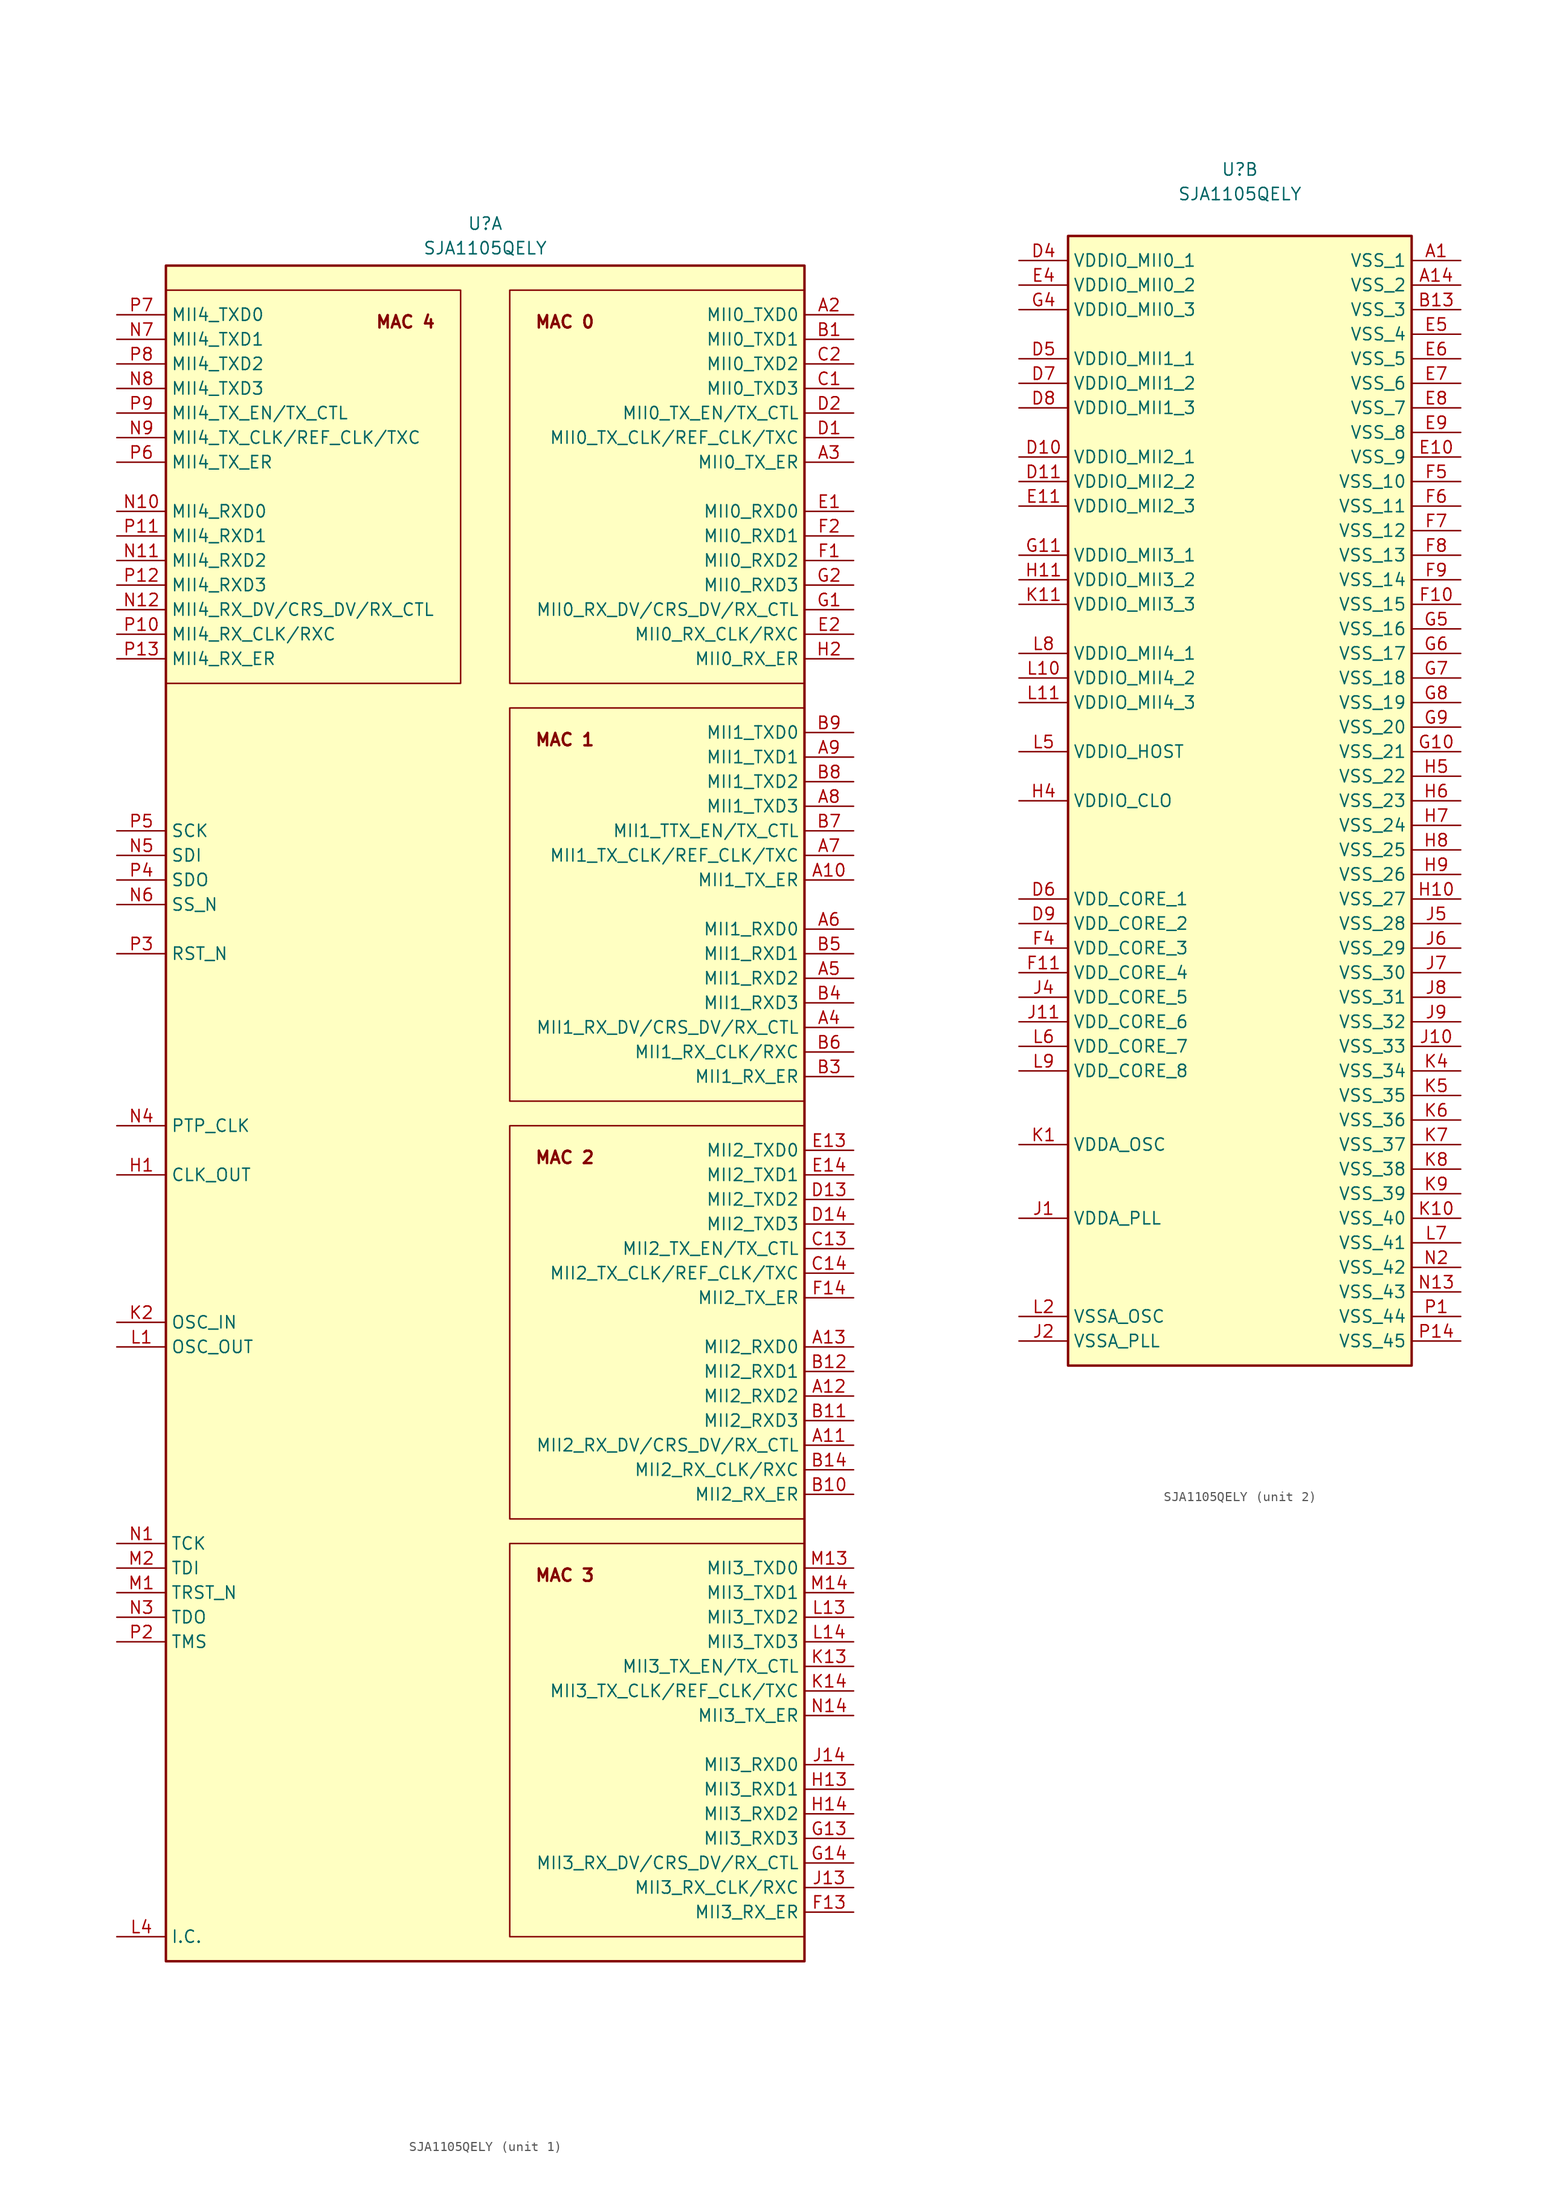
<source format=kicad_sym>
(kicad_symbol_lib
  (version 20231120)
  (generator "kicad_symbol_editor")
  (generator_version "8.0")
  (symbol "SJA1105QELY"
    (property "Reference" "U"
      (at 0 5.08 0)
      (effects (font (size 1.27 1.27)) (justify top)))
    (property "Value" "SJA1105QELY"
      (at 0 2.54 0)
      (effects (font (size 1.27 1.27)) (justify top)))
    (property "ki_locked" ""
      (at 0 0 0)
      (effects (font (size 1.27 1.27))))
    (symbol "SJA1105QELY_1_1"
      (rectangle (start -33.02 -2.54) (end -2.54 -43.18) (stroke (width 0) (type default)) (fill (type none)))
      (rectangle (start -33.02 0) (end 33.02 -175.26) (stroke (width 0.254) (type default)) (fill (type background)))
      (rectangle (start 2.54 -132.08) (end 33.02 -172.72) (stroke (width 0) (type default)) (fill (type none)))
      (rectangle (start 2.54 -88.9) (end 33.02 -129.54) (stroke (width 0) (type default)) (fill (type none)))
      (rectangle (start 2.54 -45.72) (end 33.02 -86.36) (stroke (width 0) (type default)) (fill (type none)))
      (rectangle (start 2.54 -2.54) (end 33.02 -43.18) (stroke (width 0) (type default)) (fill (type none)))
      (text "MAC 0" (at 5.08 -5.08 0) (effects (font (size 1.27 1.27) (bold yes)) (justify left top)))
      (text "MAC 1" (at 5.08 -48.26 0) (effects (font (size 1.27 1.27) (bold yes)) (justify left top)))
      (text "MAC 2" (at 5.08 -91.44 0) (effects (font (size 1.27 1.27) (bold yes)) (justify left top)))
      (text "MAC 3" (at 5.08 -134.62 0) (effects (font (size 1.27 1.27) (bold yes)) (justify left top)))
      (text "MAC 4" (at -5.08 -5.08 0) (effects (font (size 1.27 1.27) (bold yes)) (justify right top)))
      (pin passive line (at 38.1 -63.5 180) (length 5.08) (name "MII1_TX_ER" (effects (font (size 1.27 1.27)))) (number "A10" (effects (font (size 1.27 1.27)))))
      (pin passive line (at 38.1 -121.92 180) (length 5.08) (name "MII2_RX_DV/CRS_DV/RX_CTL" (effects (font (size 1.27 1.27)))) (number "A11" (effects (font (size 1.27 1.27)))))
      (pin passive line (at 38.1 -116.84 180) (length 5.08) (name "MII2_RXD2" (effects (font (size 1.27 1.27)))) (number "A12" (effects (font (size 1.27 1.27)))))
      (pin passive line (at 38.1 -111.76 180) (length 5.08) (name "MII2_RXD0" (effects (font (size 1.27 1.27)))) (number "A13" (effects (font (size 1.27 1.27)))))
      (pin passive line (at 38.1 -5.08 180) (length 5.08) (name "MII0_TXD0" (effects (font (size 1.27 1.27)))) (number "A2" (effects (font (size 1.27 1.27)))))
      (pin passive line (at 38.1 -20.32 180) (length 5.08) (name "MII0_TX_ER" (effects (font (size 1.27 1.27)))) (number "A3" (effects (font (size 1.27 1.27)))))
      (pin passive line (at 38.1 -78.74 180) (length 5.08) (name "MII1_RX_DV/CRS_DV/RX_CTL" (effects (font (size 1.27 1.27)))) (number "A4" (effects (font (size 1.27 1.27)))))
      (pin passive line (at 38.1 -73.66 180) (length 5.08) (name "MII1_RXD2" (effects (font (size 1.27 1.27)))) (number "A5" (effects (font (size 1.27 1.27)))))
      (pin passive line (at 38.1 -68.58 180) (length 5.08) (name "MII1_RXD0" (effects (font (size 1.27 1.27)))) (number "A6" (effects (font (size 1.27 1.27)))))
      (pin passive line (at 38.1 -60.96 180) (length 5.08) (name "MII1_TX_CLK/REF_CLK/TXC" (effects (font (size 1.27 1.27)))) (number "A7" (effects (font (size 1.27 1.27)))))
      (pin passive line (at 38.1 -55.88 180) (length 5.08) (name "MII1_TXD3" (effects (font (size 1.27 1.27)))) (number "A8" (effects (font (size 1.27 1.27)))))
      (pin passive line (at 38.1 -50.8 180) (length 5.08) (name "MII1_TXD1" (effects (font (size 1.27 1.27)))) (number "A9" (effects (font (size 1.27 1.27)))))
      (pin passive line (at 38.1 -7.62 180) (length 5.08) (name "MII0_TXD1" (effects (font (size 1.27 1.27)))) (number "B1" (effects (font (size 1.27 1.27)))))
      (pin passive line (at 38.1 -127 180) (length 5.08) (name "MII2_RX_ER" (effects (font (size 1.27 1.27)))) (number "B10" (effects (font (size 1.27 1.27)))))
      (pin passive line (at 38.1 -119.38 180) (length 5.08) (name "MII2_RXD3" (effects (font (size 1.27 1.27)))) (number "B11" (effects (font (size 1.27 1.27)))))
      (pin passive line (at 38.1 -114.3 180) (length 5.08) (name "MII2_RXD1" (effects (font (size 1.27 1.27)))) (number "B12" (effects (font (size 1.27 1.27)))))
      (pin passive line (at 38.1 -124.46 180) (length 5.08) (name "MII2_RX_CLK/RXC" (effects (font (size 1.27 1.27)))) (number "B14" (effects (font (size 1.27 1.27)))))
      (pin passive line (at 38.1 -83.82 180) (length 5.08) (name "MII1_RX_ER" (effects (font (size 1.27 1.27)))) (number "B3" (effects (font (size 1.27 1.27)))))
      (pin passive line (at 38.1 -76.2 180) (length 5.08) (name "MII1_RXD3" (effects (font (size 1.27 1.27)))) (number "B4" (effects (font (size 1.27 1.27)))))
      (pin passive line (at 38.1 -71.12 180) (length 5.08) (name "MII1_RXD1" (effects (font (size 1.27 1.27)))) (number "B5" (effects (font (size 1.27 1.27)))))
      (pin passive line (at 38.1 -81.28 180) (length 5.08) (name "MII1_RX_CLK/RXC" (effects (font (size 1.27 1.27)))) (number "B6" (effects (font (size 1.27 1.27)))))
      (pin passive line (at 38.1 -58.42 180) (length 5.08) (name "MII1_TTX_EN/TX_CTL" (effects (font (size 1.27 1.27)))) (number "B7" (effects (font (size 1.27 1.27)))))
      (pin passive line (at 38.1 -53.34 180) (length 5.08) (name "MII1_TXD2" (effects (font (size 1.27 1.27)))) (number "B8" (effects (font (size 1.27 1.27)))))
      (pin passive line (at 38.1 -48.26 180) (length 5.08) (name "MII1_TXD0" (effects (font (size 1.27 1.27)))) (number "B9" (effects (font (size 1.27 1.27)))))
      (pin passive line (at 38.1 -12.7 180) (length 5.08) (name "MII0_TXD3" (effects (font (size 1.27 1.27)))) (number "C1" (effects (font (size 1.27 1.27)))))
      (pin passive line (at 38.1 -101.6 180) (length 5.08) (name "MII2_TX_EN/TX_CTL" (effects (font (size 1.27 1.27)))) (number "C13" (effects (font (size 1.27 1.27)))))
      (pin passive line (at 38.1 -104.14 180) (length 5.08) (name "MII2_TX_CLK/REF_CLK/TXC" (effects (font (size 1.27 1.27)))) (number "C14" (effects (font (size 1.27 1.27)))))
      (pin passive line (at 38.1 -10.16 180) (length 5.08) (name "MII0_TXD2" (effects (font (size 1.27 1.27)))) (number "C2" (effects (font (size 1.27 1.27)))))
      (pin passive line (at 38.1 -17.78 180) (length 5.08) (name "MII0_TX_CLK/REF_CLK/TXC" (effects (font (size 1.27 1.27)))) (number "D1" (effects (font (size 1.27 1.27)))))
      (pin passive line (at 38.1 -96.52 180) (length 5.08) (name "MII2_TXD2" (effects (font (size 1.27 1.27)))) (number "D13" (effects (font (size 1.27 1.27)))))
      (pin passive line (at 38.1 -99.06 180) (length 5.08) (name "MII2_TXD3" (effects (font (size 1.27 1.27)))) (number "D14" (effects (font (size 1.27 1.27)))))
      (pin passive line (at 38.1 -15.24 180) (length 5.08) (name "MII0_TX_EN/TX_CTL" (effects (font (size 1.27 1.27)))) (number "D2" (effects (font (size 1.27 1.27)))))
      (pin passive line (at 38.1 -25.4 180) (length 5.08) (name "MII0_RXD0" (effects (font (size 1.27 1.27)))) (number "E1" (effects (font (size 1.27 1.27)))))
      (pin passive line (at 38.1 -91.44 180) (length 5.08) (name "MII2_TXD0" (effects (font (size 1.27 1.27)))) (number "E13" (effects (font (size 1.27 1.27)))))
      (pin passive line (at 38.1 -93.98 180) (length 5.08) (name "MII2_TXD1" (effects (font (size 1.27 1.27)))) (number "E14" (effects (font (size 1.27 1.27)))))
      (pin passive line (at 38.1 -38.1 180) (length 5.08) (name "MII0_RX_CLK/RXC" (effects (font (size 1.27 1.27)))) (number "E2" (effects (font (size 1.27 1.27)))))
      (pin passive line (at 38.1 -30.48 180) (length 5.08) (name "MII0_RXD2" (effects (font (size 1.27 1.27)))) (number "F1" (effects (font (size 1.27 1.27)))))
      (pin passive line (at 38.1 -170.18 180) (length 5.08) (name "MII3_RX_ER" (effects (font (size 1.27 1.27)))) (number "F13" (effects (font (size 1.27 1.27)))))
      (pin passive line (at 38.1 -106.68 180) (length 5.08) (name "MII2_TX_ER" (effects (font (size 1.27 1.27)))) (number "F14" (effects (font (size 1.27 1.27)))))
      (pin passive line (at 38.1 -27.94 180) (length 5.08) (name "MII0_RXD1" (effects (font (size 1.27 1.27)))) (number "F2" (effects (font (size 1.27 1.27)))))
      (pin passive line (at 38.1 -35.56 180) (length 5.08) (name "MII0_RX_DV/CRS_DV/RX_CTL" (effects (font (size 1.27 1.27)))) (number "G1" (effects (font (size 1.27 1.27)))))
      (pin passive line (at 38.1 -162.56 180) (length 5.08) (name "MII3_RXD3" (effects (font (size 1.27 1.27)))) (number "G13" (effects (font (size 1.27 1.27)))))
      (pin passive line (at 38.1 -165.1 180) (length 5.08) (name "MII3_RX_DV/CRS_DV/RX_CTL" (effects (font (size 1.27 1.27)))) (number "G14" (effects (font (size 1.27 1.27)))))
      (pin passive line (at 38.1 -33.02 180) (length 5.08) (name "MII0_RXD3" (effects (font (size 1.27 1.27)))) (number "G2" (effects (font (size 1.27 1.27)))))
      (pin passive line (at -38.1 -93.98 0) (length 5.08) (name "CLK_OUT" (effects (font (size 1.27 1.27)))) (number "H1" (effects (font (size 1.27 1.27)))))
      (pin passive line (at 38.1 -157.48 180) (length 5.08) (name "MII3_RXD1" (effects (font (size 1.27 1.27)))) (number "H13" (effects (font (size 1.27 1.27)))))
      (pin passive line (at 38.1 -160.02 180) (length 5.08) (name "MII3_RXD2" (effects (font (size 1.27 1.27)))) (number "H14" (effects (font (size 1.27 1.27)))))
      (pin passive line (at 38.1 -40.64 180) (length 5.08) (name "MII0_RX_ER" (effects (font (size 1.27 1.27)))) (number "H2" (effects (font (size 1.27 1.27)))))
      (pin passive line (at 38.1 -167.64 180) (length 5.08) (name "MII3_RX_CLK/RXC" (effects (font (size 1.27 1.27)))) (number "J13" (effects (font (size 1.27 1.27)))))
      (pin passive line (at 38.1 -154.94 180) (length 5.08) (name "MII3_RXD0" (effects (font (size 1.27 1.27)))) (number "J14" (effects (font (size 1.27 1.27)))))
      (pin passive line (at 38.1 -144.78 180) (length 5.08) (name "MII3_TX_EN/TX_CTL" (effects (font (size 1.27 1.27)))) (number "K13" (effects (font (size 1.27 1.27)))))
      (pin passive line (at 38.1 -147.32 180) (length 5.08) (name "MII3_TX_CLK/REF_CLK/TXC" (effects (font (size 1.27 1.27)))) (number "K14" (effects (font (size 1.27 1.27)))))
      (pin passive line (at -38.1 -109.22 0) (length 5.08) (name "OSC_IN" (effects (font (size 1.27 1.27)))) (number "K2" (effects (font (size 1.27 1.27)))))
      (pin passive line (at -38.1 -111.76 0) (length 5.08) (name "OSC_OUT" (effects (font (size 1.27 1.27)))) (number "L1" (effects (font (size 1.27 1.27)))))
      (pin passive line (at 38.1 -139.7 180) (length 5.08) (name "MII3_TXD2" (effects (font (size 1.27 1.27)))) (number "L13" (effects (font (size 1.27 1.27)))))
      (pin passive line (at 38.1 -142.24 180) (length 5.08) (name "MII3_TXD3" (effects (font (size 1.27 1.27)))) (number "L14" (effects (font (size 1.27 1.27)))))
      (pin passive line (at -38.1 -172.72 0) (length 5.08) (name "I.C." (effects (font (size 1.27 1.27)))) (number "L4" (effects (font (size 1.27 1.27)))))
      (pin passive line (at -38.1 -137.16 0) (length 5.08) (name "TRST_N" (effects (font (size 1.27 1.27)))) (number "M1" (effects (font (size 1.27 1.27)))))
      (pin passive line (at 38.1 -134.62 180) (length 5.08) (name "MII3_TXD0" (effects (font (size 1.27 1.27)))) (number "M13" (effects (font (size 1.27 1.27)))))
      (pin passive line (at 38.1 -137.16 180) (length 5.08) (name "MII3_TXD1" (effects (font (size 1.27 1.27)))) (number "M14" (effects (font (size 1.27 1.27)))))
      (pin passive line (at -38.1 -134.62 0) (length 5.08) (name "TDI" (effects (font (size 1.27 1.27)))) (number "M2" (effects (font (size 1.27 1.27)))))
      (pin passive line (at -38.1 -132.08 0) (length 5.08) (name "TCK" (effects (font (size 1.27 1.27)))) (number "N1" (effects (font (size 1.27 1.27)))))
      (pin passive line (at -38.1 -25.4 0) (length 5.08) (name "MII4_RXD0" (effects (font (size 1.27 1.27)))) (number "N10" (effects (font (size 1.27 1.27)))))
      (pin passive line (at -38.1 -30.48 0) (length 5.08) (name "MII4_RXD2" (effects (font (size 1.27 1.27)))) (number "N11" (effects (font (size 1.27 1.27)))))
      (pin passive line (at -38.1 -35.56 0) (length 5.08) (name "MII4_RX_DV/CRS_DV/RX_CTL" (effects (font (size 1.27 1.27)))) (number "N12" (effects (font (size 1.27 1.27)))))
      (pin passive line (at 38.1 -149.86 180) (length 5.08) (name "MII3_TX_ER" (effects (font (size 1.27 1.27)))) (number "N14" (effects (font (size 1.27 1.27)))))
      (pin passive line (at -38.1 -139.7 0) (length 5.08) (name "TDO" (effects (font (size 1.27 1.27)))) (number "N3" (effects (font (size 1.27 1.27)))))
      (pin passive line (at -38.1 -88.9 0) (length 5.08) (name "PTP_CLK" (effects (font (size 1.27 1.27)))) (number "N4" (effects (font (size 1.27 1.27)))))
      (pin passive line (at -38.1 -60.96 0) (length 5.08) (name "SDI" (effects (font (size 1.27 1.27)))) (number "N5" (effects (font (size 1.27 1.27)))))
      (pin passive line (at -38.1 -66.04 0) (length 5.08) (name "SS_N" (effects (font (size 1.27 1.27)))) (number "N6" (effects (font (size 1.27 1.27)))))
      (pin passive line (at -38.1 -7.62 0) (length 5.08) (name "MII4_TXD1" (effects (font (size 1.27 1.27)))) (number "N7" (effects (font (size 1.27 1.27)))))
      (pin passive line (at -38.1 -12.7 0) (length 5.08) (name "MII4_TXD3" (effects (font (size 1.27 1.27)))) (number "N8" (effects (font (size 1.27 1.27)))))
      (pin passive line (at -38.1 -17.78 0) (length 5.08) (name "MII4_TX_CLK/REF_CLK/TXC" (effects (font (size 1.27 1.27)))) (number "N9" (effects (font (size 1.27 1.27)))))
      (pin passive line (at -38.1 -38.1 0) (length 5.08) (name "MII4_RX_CLK/RXC" (effects (font (size 1.27 1.27)))) (number "P10" (effects (font (size 1.27 1.27)))))
      (pin passive line (at -38.1 -27.94 0) (length 5.08) (name "MII4_RXD1" (effects (font (size 1.27 1.27)))) (number "P11" (effects (font (size 1.27 1.27)))))
      (pin passive line (at -38.1 -33.02 0) (length 5.08) (name "MII4_RXD3" (effects (font (size 1.27 1.27)))) (number "P12" (effects (font (size 1.27 1.27)))))
      (pin passive line (at -38.1 -40.64 0) (length 5.08) (name "MII4_RX_ER" (effects (font (size 1.27 1.27)))) (number "P13" (effects (font (size 1.27 1.27)))))
      (pin passive line (at -38.1 -142.24 0) (length 5.08) (name "TMS" (effects (font (size 1.27 1.27)))) (number "P2" (effects (font (size 1.27 1.27)))))
      (pin passive line (at -38.1 -71.12 0) (length 5.08) (name "RST_N" (effects (font (size 1.27 1.27)))) (number "P3" (effects (font (size 1.27 1.27)))))
      (pin passive line (at -38.1 -63.5 0) (length 5.08) (name "SDO" (effects (font (size 1.27 1.27)))) (number "P4" (effects (font (size 1.27 1.27)))))
      (pin passive line (at -38.1 -58.42 0) (length 5.08) (name "SCK" (effects (font (size 1.27 1.27)))) (number "P5" (effects (font (size 1.27 1.27)))))
      (pin passive line (at -38.1 -20.32 0) (length 5.08) (name "MII4_TX_ER" (effects (font (size 1.27 1.27)))) (number "P6" (effects (font (size 1.27 1.27)))))
      (pin passive line (at -38.1 -5.08 0) (length 5.08) (name "MII4_TXD0" (effects (font (size 1.27 1.27)))) (number "P7" (effects (font (size 1.27 1.27)))))
      (pin passive line (at -38.1 -10.16 0) (length 5.08) (name "MII4_TXD2" (effects (font (size 1.27 1.27)))) (number "P8" (effects (font (size 1.27 1.27)))))
      (pin passive line (at -38.1 -15.24 0) (length 5.08) (name "MII4_TX_EN/TX_CTL" (effects (font (size 1.27 1.27)))) (number "P9" (effects (font (size 1.27 1.27))))))
    (symbol "SJA1105QELY_2_1"
      (rectangle (start -17.78 -2.54) (end 17.78 -119.38) (stroke (width 0.254) (type default)) (fill (type background)))
      (pin passive line (at 22.86 -5.08 180) (length 5.08) (name "VSS_1" (effects (font (size 1.27 1.27)))) (number "A1" (effects (font (size 1.27 1.27)))))
      (pin passive line (at 22.86 -7.62 180) (length 5.08) (name "VSS_2" (effects (font (size 1.27 1.27)))) (number "A14" (effects (font (size 1.27 1.27)))))
      (pin passive line (at 22.86 -10.16 180) (length 5.08) (name "VSS_3" (effects (font (size 1.27 1.27)))) (number "B13" (effects (font (size 1.27 1.27)))))
      (pin passive line (at -22.86 -25.4 0) (length 5.08) (name "VDDIO_MII2_1" (effects (font (size 1.27 1.27)))) (number "D10" (effects (font (size 1.27 1.27)))))
      (pin passive line (at -22.86 -27.94 0) (length 5.08) (name "VDDIO_MII2_2" (effects (font (size 1.27 1.27)))) (number "D11" (effects (font (size 1.27 1.27)))))
      (pin passive line (at -22.86 -5.08 0) (length 5.08) (name "VDDIO_MII0_1" (effects (font (size 1.27 1.27)))) (number "D4" (effects (font (size 1.27 1.27)))))
      (pin passive line (at -22.86 -15.24 0) (length 5.08) (name "VDDIO_MII1_1" (effects (font (size 1.27 1.27)))) (number "D5" (effects (font (size 1.27 1.27)))))
      (pin passive line (at -22.86 -71.12 0) (length 5.08) (name "VDD_CORE_1" (effects (font (size 1.27 1.27)))) (number "D6" (effects (font (size 1.27 1.27)))))
      (pin passive line (at -22.86 -17.78 0) (length 5.08) (name "VDDIO_MII1_2" (effects (font (size 1.27 1.27)))) (number "D7" (effects (font (size 1.27 1.27)))))
      (pin passive line (at -22.86 -20.32 0) (length 5.08) (name "VDDIO_MII1_3" (effects (font (size 1.27 1.27)))) (number "D8" (effects (font (size 1.27 1.27)))))
      (pin passive line (at -22.86 -73.66 0) (length 5.08) (name "VDD_CORE_2" (effects (font (size 1.27 1.27)))) (number "D9" (effects (font (size 1.27 1.27)))))
      (pin passive line (at 22.86 -25.4 180) (length 5.08) (name "VSS_9" (effects (font (size 1.27 1.27)))) (number "E10" (effects (font (size 1.27 1.27)))))
      (pin passive line (at -22.86 -30.48 0) (length 5.08) (name "VDDIO_MII2_3" (effects (font (size 1.27 1.27)))) (number "E11" (effects (font (size 1.27 1.27)))))
      (pin passive line (at -22.86 -7.62 0) (length 5.08) (name "VDDIO_MII0_2" (effects (font (size 1.27 1.27)))) (number "E4" (effects (font (size 1.27 1.27)))))
      (pin passive line (at 22.86 -12.7 180) (length 5.08) (name "VSS_4" (effects (font (size 1.27 1.27)))) (number "E5" (effects (font (size 1.27 1.27)))))
      (pin passive line (at 22.86 -15.24 180) (length 5.08) (name "VSS_5" (effects (font (size 1.27 1.27)))) (number "E6" (effects (font (size 1.27 1.27)))))
      (pin passive line (at 22.86 -17.78 180) (length 5.08) (name "VSS_6" (effects (font (size 1.27 1.27)))) (number "E7" (effects (font (size 1.27 1.27)))))
      (pin passive line (at 22.86 -20.32 180) (length 5.08) (name "VSS_7" (effects (font (size 1.27 1.27)))) (number "E8" (effects (font (size 1.27 1.27)))))
      (pin passive line (at 22.86 -22.86 180) (length 5.08) (name "VSS_8" (effects (font (size 1.27 1.27)))) (number "E9" (effects (font (size 1.27 1.27)))))
      (pin passive line (at 22.86 -40.64 180) (length 5.08) (name "VSS_15" (effects (font (size 1.27 1.27)))) (number "F10" (effects (font (size 1.27 1.27)))))
      (pin passive line (at -22.86 -78.74 0) (length 5.08) (name "VDD_CORE_4" (effects (font (size 1.27 1.27)))) (number "F11" (effects (font (size 1.27 1.27)))))
      (pin passive line (at -22.86 -76.2 0) (length 5.08) (name "VDD_CORE_3" (effects (font (size 1.27 1.27)))) (number "F4" (effects (font (size 1.27 1.27)))))
      (pin passive line (at 22.86 -27.94 180) (length 5.08) (name "VSS_10" (effects (font (size 1.27 1.27)))) (number "F5" (effects (font (size 1.27 1.27)))))
      (pin passive line (at 22.86 -30.48 180) (length 5.08) (name "VSS_11" (effects (font (size 1.27 1.27)))) (number "F6" (effects (font (size 1.27 1.27)))))
      (pin passive line (at 22.86 -33.02 180) (length 5.08) (name "VSS_12" (effects (font (size 1.27 1.27)))) (number "F7" (effects (font (size 1.27 1.27)))))
      (pin passive line (at 22.86 -35.56 180) (length 5.08) (name "VSS_13" (effects (font (size 1.27 1.27)))) (number "F8" (effects (font (size 1.27 1.27)))))
      (pin passive line (at 22.86 -38.1 180) (length 5.08) (name "VSS_14" (effects (font (size 1.27 1.27)))) (number "F9" (effects (font (size 1.27 1.27)))))
      (pin passive line (at 22.86 -55.88 180) (length 5.08) (name "VSS_21" (effects (font (size 1.27 1.27)))) (number "G10" (effects (font (size 1.27 1.27)))))
      (pin passive line (at -22.86 -35.56 0) (length 5.08) (name "VDDIO_MII3_1" (effects (font (size 1.27 1.27)))) (number "G11" (effects (font (size 1.27 1.27)))))
      (pin passive line (at -22.86 -10.16 0) (length 5.08) (name "VDDIO_MII0_3" (effects (font (size 1.27 1.27)))) (number "G4" (effects (font (size 1.27 1.27)))))
      (pin passive line (at 22.86 -43.18 180) (length 5.08) (name "VSS_16" (effects (font (size 1.27 1.27)))) (number "G5" (effects (font (size 1.27 1.27)))))
      (pin passive line (at 22.86 -45.72 180) (length 5.08) (name "VSS_17" (effects (font (size 1.27 1.27)))) (number "G6" (effects (font (size 1.27 1.27)))))
      (pin passive line (at 22.86 -48.26 180) (length 5.08) (name "VSS_18" (effects (font (size 1.27 1.27)))) (number "G7" (effects (font (size 1.27 1.27)))))
      (pin passive line (at 22.86 -50.8 180) (length 5.08) (name "VSS_19" (effects (font (size 1.27 1.27)))) (number "G8" (effects (font (size 1.27 1.27)))))
      (pin passive line (at 22.86 -53.34 180) (length 5.08) (name "VSS_20" (effects (font (size 1.27 1.27)))) (number "G9" (effects (font (size 1.27 1.27)))))
      (pin passive line (at 22.86 -71.12 180) (length 5.08) (name "VSS_27" (effects (font (size 1.27 1.27)))) (number "H10" (effects (font (size 1.27 1.27)))))
      (pin passive line (at -22.86 -38.1 0) (length 5.08) (name "VDDIO_MII3_2" (effects (font (size 1.27 1.27)))) (number "H11" (effects (font (size 1.27 1.27)))))
      (pin passive line (at -22.86 -60.96 0) (length 5.08) (name "VDDIO_CLO" (effects (font (size 1.27 1.27)))) (number "H4" (effects (font (size 1.27 1.27)))))
      (pin passive line (at 22.86 -58.42 180) (length 5.08) (name "VSS_22" (effects (font (size 1.27 1.27)))) (number "H5" (effects (font (size 1.27 1.27)))))
      (pin passive line (at 22.86 -60.96 180) (length 5.08) (name "VSS_23" (effects (font (size 1.27 1.27)))) (number "H6" (effects (font (size 1.27 1.27)))))
      (pin passive line (at 22.86 -63.5 180) (length 5.08) (name "VSS_24" (effects (font (size 1.27 1.27)))) (number "H7" (effects (font (size 1.27 1.27)))))
      (pin passive line (at 22.86 -66.04 180) (length 5.08) (name "VSS_25" (effects (font (size 1.27 1.27)))) (number "H8" (effects (font (size 1.27 1.27)))))
      (pin passive line (at 22.86 -68.58 180) (length 5.08) (name "VSS_26" (effects (font (size 1.27 1.27)))) (number "H9" (effects (font (size 1.27 1.27)))))
      (pin passive line (at -22.86 -104.14 0) (length 5.08) (name "VDDA_PLL" (effects (font (size 1.27 1.27)))) (number "J1" (effects (font (size 1.27 1.27)))))
      (pin passive line (at 22.86 -86.36 180) (length 5.08) (name "VSS_33" (effects (font (size 1.27 1.27)))) (number "J10" (effects (font (size 1.27 1.27)))))
      (pin passive line (at -22.86 -83.82 0) (length 5.08) (name "VDD_CORE_6" (effects (font (size 1.27 1.27)))) (number "J11" (effects (font (size 1.27 1.27)))))
      (pin passive line (at -22.86 -116.84 0) (length 5.08) (name "VSSA_PLL" (effects (font (size 1.27 1.27)))) (number "J2" (effects (font (size 1.27 1.27)))))
      (pin passive line (at -22.86 -81.28 0) (length 5.08) (name "VDD_CORE_5" (effects (font (size 1.27 1.27)))) (number "J4" (effects (font (size 1.27 1.27)))))
      (pin passive line (at 22.86 -73.66 180) (length 5.08) (name "VSS_28" (effects (font (size 1.27 1.27)))) (number "J5" (effects (font (size 1.27 1.27)))))
      (pin passive line (at 22.86 -76.2 180) (length 5.08) (name "VSS_29" (effects (font (size 1.27 1.27)))) (number "J6" (effects (font (size 1.27 1.27)))))
      (pin passive line (at 22.86 -78.74 180) (length 5.08) (name "VSS_30" (effects (font (size 1.27 1.27)))) (number "J7" (effects (font (size 1.27 1.27)))))
      (pin passive line (at 22.86 -81.28 180) (length 5.08) (name "VSS_31" (effects (font (size 1.27 1.27)))) (number "J8" (effects (font (size 1.27 1.27)))))
      (pin passive line (at 22.86 -83.82 180) (length 5.08) (name "VSS_32" (effects (font (size 1.27 1.27)))) (number "J9" (effects (font (size 1.27 1.27)))))
      (pin passive line (at -22.86 -96.52 0) (length 5.08) (name "VDDA_OSC" (effects (font (size 1.27 1.27)))) (number "K1" (effects (font (size 1.27 1.27)))))
      (pin passive line (at 22.86 -104.14 180) (length 5.08) (name "VSS_40" (effects (font (size 1.27 1.27)))) (number "K10" (effects (font (size 1.27 1.27)))))
      (pin passive line (at -22.86 -40.64 0) (length 5.08) (name "VDDIO_MII3_3" (effects (font (size 1.27 1.27)))) (number "K11" (effects (font (size 1.27 1.27)))))
      (pin passive line (at 22.86 -88.9 180) (length 5.08) (name "VSS_34" (effects (font (size 1.27 1.27)))) (number "K4" (effects (font (size 1.27 1.27)))))
      (pin passive line (at 22.86 -91.44 180) (length 5.08) (name "VSS_35" (effects (font (size 1.27 1.27)))) (number "K5" (effects (font (size 1.27 1.27)))))
      (pin passive line (at 22.86 -93.98 180) (length 5.08) (name "VSS_36" (effects (font (size 1.27 1.27)))) (number "K6" (effects (font (size 1.27 1.27)))))
      (pin passive line (at 22.86 -96.52 180) (length 5.08) (name "VSS_37" (effects (font (size 1.27 1.27)))) (number "K7" (effects (font (size 1.27 1.27)))))
      (pin passive line (at 22.86 -99.06 180) (length 5.08) (name "VSS_38" (effects (font (size 1.27 1.27)))) (number "K8" (effects (font (size 1.27 1.27)))))
      (pin passive line (at 22.86 -101.6 180) (length 5.08) (name "VSS_39" (effects (font (size 1.27 1.27)))) (number "K9" (effects (font (size 1.27 1.27)))))
      (pin passive line (at -22.86 -48.26 0) (length 5.08) (name "VDDIO_MII4_2" (effects (font (size 1.27 1.27)))) (number "L10" (effects (font (size 1.27 1.27)))))
      (pin passive line (at -22.86 -50.8 0) (length 5.08) (name "VDDIO_MII4_3" (effects (font (size 1.27 1.27)))) (number "L11" (effects (font (size 1.27 1.27)))))
      (pin passive line (at -22.86 -114.3 0) (length 5.08) (name "VSSA_OSC" (effects (font (size 1.27 1.27)))) (number "L2" (effects (font (size 1.27 1.27)))))
      (pin passive line (at -22.86 -55.88 0) (length 5.08) (name "VDDIO_HOST" (effects (font (size 1.27 1.27)))) (number "L5" (effects (font (size 1.27 1.27)))))
      (pin passive line (at -22.86 -86.36 0) (length 5.08) (name "VDD_CORE_7" (effects (font (size 1.27 1.27)))) (number "L6" (effects (font (size 1.27 1.27)))))
      (pin passive line (at 22.86 -106.68 180) (length 5.08) (name "VSS_41" (effects (font (size 1.27 1.27)))) (number "L7" (effects (font (size 1.27 1.27)))))
      (pin passive line (at -22.86 -45.72 0) (length 5.08) (name "VDDIO_MII4_1" (effects (font (size 1.27 1.27)))) (number "L8" (effects (font (size 1.27 1.27)))))
      (pin passive line (at -22.86 -88.9 0) (length 5.08) (name "VDD_CORE_8" (effects (font (size 1.27 1.27)))) (number "L9" (effects (font (size 1.27 1.27)))))
      (pin passive line (at 22.86 -111.76 180) (length 5.08) (name "VSS_43" (effects (font (size 1.27 1.27)))) (number "N13" (effects (font (size 1.27 1.27)))))
      (pin passive line (at 22.86 -109.22 180) (length 5.08) (name "VSS_42" (effects (font (size 1.27 1.27)))) (number "N2" (effects (font (size 1.27 1.27)))))
      (pin passive line (at 22.86 -114.3 180) (length 5.08) (name "VSS_44" (effects (font (size 1.27 1.27)))) (number "P1" (effects (font (size 1.27 1.27)))))
      (pin passive line (at 22.86 -116.84 180) (length 5.08) (name "VSS_45" (effects (font (size 1.27 1.27)))) (number "P14" (effects (font (size 1.27 1.27))))))))
</source>
